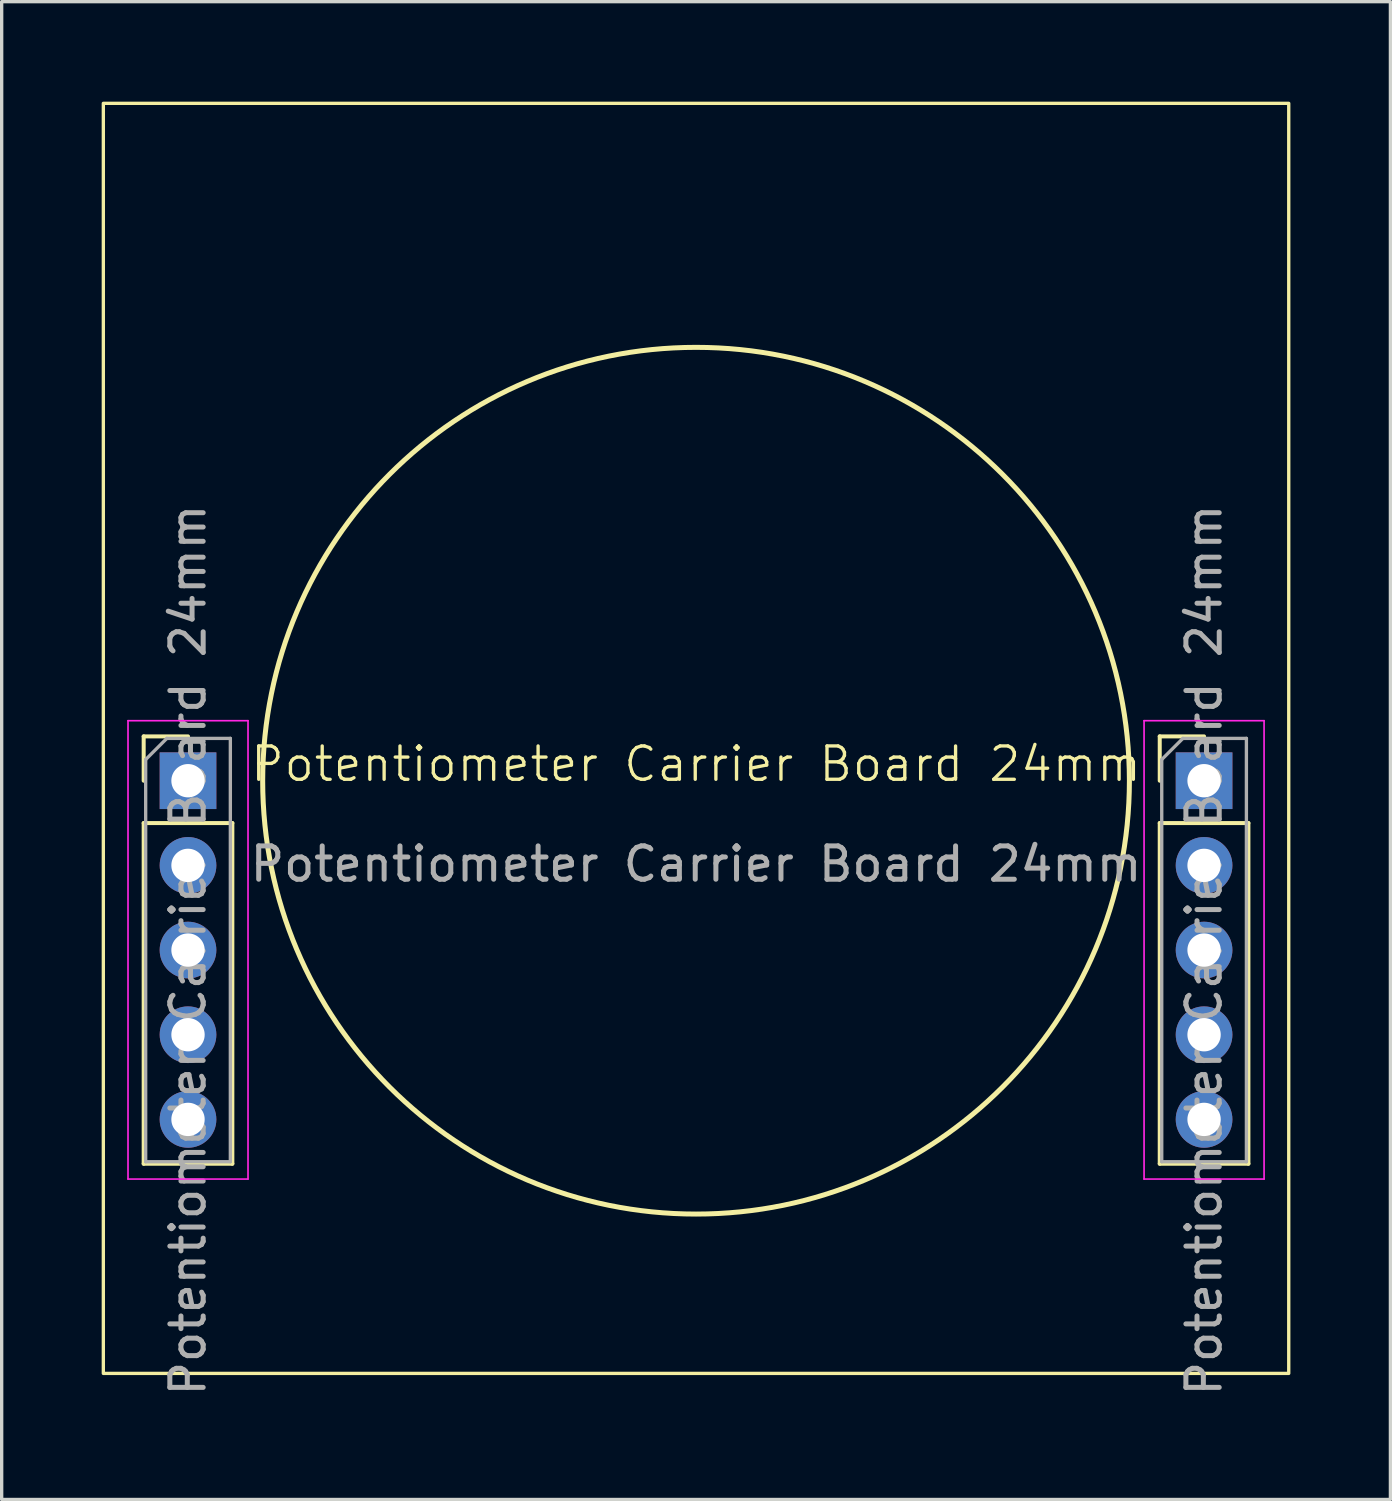
<source format=kicad_pcb>
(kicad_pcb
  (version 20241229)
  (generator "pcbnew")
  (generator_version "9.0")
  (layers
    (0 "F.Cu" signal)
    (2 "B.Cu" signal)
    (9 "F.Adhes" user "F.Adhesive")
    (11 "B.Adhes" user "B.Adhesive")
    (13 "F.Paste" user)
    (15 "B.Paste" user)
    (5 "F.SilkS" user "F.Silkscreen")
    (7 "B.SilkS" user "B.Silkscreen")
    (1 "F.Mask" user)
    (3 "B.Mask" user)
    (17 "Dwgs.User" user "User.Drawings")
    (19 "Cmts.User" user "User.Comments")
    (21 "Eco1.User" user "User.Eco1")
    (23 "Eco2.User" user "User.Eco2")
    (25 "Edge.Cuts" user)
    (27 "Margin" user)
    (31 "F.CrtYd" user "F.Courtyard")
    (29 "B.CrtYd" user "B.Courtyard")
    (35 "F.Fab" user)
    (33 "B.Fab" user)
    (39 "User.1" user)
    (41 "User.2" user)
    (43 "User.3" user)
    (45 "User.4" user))
  (footprint "Potentiometer Carrier Board 24mm"
    (layer "F.Cu")
    (at 17.83 20.37)
    (property "Reference" "Potentiometer Carrier Board 24mm" (at 0 -0.5 0) (unlocked yes) (layer "F.SilkS") (effects (font (size 1 1) (thickness 0.1))))
    (attr through_hole)
    (fp_line (start -16.57 -1.33) (end -15.24 -1.33) (stroke (width 0.12) (type solid)) (layer "F.SilkS"))
    (fp_line (start -16.57 0) (end -16.57 -1.33) (stroke (width 0.12) (type solid)) (layer "F.SilkS"))
    (fp_line (start -16.57 1.27) (end -16.57 11.49) (stroke (width 0.12) (type solid)) (layer "F.SilkS"))
    (fp_line (start -16.57 1.27) (end -13.91 1.27) (stroke (width 0.12) (type solid)) (layer "F.SilkS"))
    (fp_line (start -16.57 11.49) (end -13.91 11.49) (stroke (width 0.12) (type solid)) (layer "F.SilkS"))
    (fp_line (start -13.91 1.27) (end -13.91 11.49) (stroke (width 0.12) (type solid)) (layer "F.SilkS"))
    (fp_line (start 13.91 -1.33) (end 15.24 -1.33) (stroke (width 0.12) (type solid)) (layer "F.SilkS"))
    (fp_line (start 13.91 0) (end 13.91 -1.33) (stroke (width 0.12) (type solid)) (layer "F.SilkS"))
    (fp_line (start 13.91 1.27) (end 13.91 11.49) (stroke (width 0.12) (type solid)) (layer "F.SilkS"))
    (fp_line (start 13.91 1.27) (end 16.57 1.27) (stroke (width 0.12) (type solid)) (layer "F.SilkS"))
    (fp_line (start 13.91 11.49) (end 16.57 11.49) (stroke (width 0.12) (type solid)) (layer "F.SilkS"))
    (fp_line (start 16.57 1.27) (end 16.57 11.49) (stroke (width 0.12) (type solid)) (layer "F.SilkS"))
    (fp_rect (start -17.78 -20.32) (end 17.78 17.78) (stroke (width 0.1) (type default)) (fill no) (layer "F.SilkS"))
    (fp_circle (center 0 0) (end 13 0) (stroke (width 0.15) (type default)) (fill no) (layer "F.SilkS"))
    (fp_line (start -17.04 -1.8) (end -17.04 11.95) (stroke (width 0.05) (type solid)) (layer "F.CrtYd"))
    (fp_line (start -17.04 11.95) (end -13.44 11.95) (stroke (width 0.05) (type solid)) (layer "F.CrtYd"))
    (fp_line (start -13.44 -1.8) (end -17.04 -1.8) (stroke (width 0.05) (type solid)) (layer "F.CrtYd"))
    (fp_line (start -13.44 11.95) (end -13.44 -1.8) (stroke (width 0.05) (type solid)) (layer "F.CrtYd"))
    (fp_line (start 13.44 -1.8) (end 13.44 11.95) (stroke (width 0.05) (type solid)) (layer "F.CrtYd"))
    (fp_line (start 13.44 11.95) (end 17.04 11.95) (stroke (width 0.05) (type solid)) (layer "F.CrtYd"))
    (fp_line (start 17.04 -1.8) (end 13.44 -1.8) (stroke (width 0.05) (type solid)) (layer "F.CrtYd"))
    (fp_line (start 17.04 11.95) (end 17.04 -1.8) (stroke (width 0.05) (type solid)) (layer "F.CrtYd"))
    (fp_line (start -16.51 -0.635) (end -15.875 -1.27) (stroke (width 0.1) (type solid)) (layer "F.Fab"))
    (fp_line (start -16.51 11.43) (end -16.51 -0.635) (stroke (width 0.1) (type solid)) (layer "F.Fab"))
    (fp_line (start -15.875 -1.27) (end -13.97 -1.27) (stroke (width 0.1) (type solid)) (layer "F.Fab"))
    (fp_line (start -13.97 -1.27) (end -13.97 11.43) (stroke (width 0.1) (type solid)) (layer "F.Fab"))
    (fp_line (start -13.97 11.43) (end -16.51 11.43) (stroke (width 0.1) (type solid)) (layer "F.Fab"))
    (fp_line (start 13.97 -0.635) (end 14.605 -1.27) (stroke (width 0.1) (type solid)) (layer "F.Fab"))
    (fp_line (start 13.97 11.43) (end 13.97 -0.635) (stroke (width 0.1) (type solid)) (layer "F.Fab"))
    (fp_line (start 14.605 -1.27) (end 16.51 -1.27) (stroke (width 0.1) (type solid)) (layer "F.Fab"))
    (fp_line (start 16.51 -1.27) (end 16.51 11.43) (stroke (width 0.1) (type solid)) (layer "F.Fab"))
    (fp_line (start 16.51 11.43) (end 13.97 11.43) (stroke (width 0.1) (type solid)) (layer "F.Fab"))
    (fp_text user "${REFERENCE}" (at -15.24 5.08 90) (layer "F.Fab") (effects (font (size 1 1) (thickness 0.15))))
    (fp_text user "${REFERENCE}" (at 15.24 5.08 90) (layer "F.Fab") (effects (font (size 1 1) (thickness 0.15))))
    (fp_text user "${REFERENCE}" (at 0 2.5 0) (unlocked yes) (layer "F.Fab") (effects (font (size 1 1) (thickness 0.15))))
    (pad "1" thru_hole rect (at -15.24 0) (size 1.7 1.7) (drill 1) (layers "*.Cu" "*.Mask"))
    (pad "1" thru_hole rect (at 15.24 0) (size 1.7 1.7) (drill 1) (layers "*.Cu" "*.Mask"))
    (pad "2" thru_hole oval (at -15.24 2.54) (size 1.7 1.7) (drill 1) (layers "*.Cu" "*.Mask"))
    (pad "2" thru_hole oval (at 15.24 2.54) (size 1.7 1.7) (drill 1) (layers "*.Cu" "*.Mask"))
    (pad "3" thru_hole oval (at -15.24 5.08) (size 1.7 1.7) (drill 1) (layers "*.Cu" "*.Mask"))
    (pad "3" thru_hole oval (at 15.24 5.08) (size 1.7 1.7) (drill 1) (layers "*.Cu" "*.Mask"))
    (pad "4" thru_hole oval (at -15.24 7.62) (size 1.7 1.7) (drill 1) (layers "*.Cu" "*.Mask"))
    (pad "4" thru_hole oval (at 15.24 7.62) (size 1.7 1.7) (drill 1) (layers "*.Cu" "*.Mask"))
    (pad "5" thru_hole oval (at -15.24 10.16) (size 1.7 1.7) (drill 1) (layers "*.Cu" "*.Mask"))
    (pad "5" thru_hole oval (at 15.24 10.16) (size 1.7 1.7) (drill 1) (layers "*.Cu" "*.Mask")))
  (gr_rect
    (start -3 -3)
    (end 38.66 41.932)
    (stroke (width 0.1) (type default))
    (fill no)
    (layer "Edge.Cuts")))
</source>
